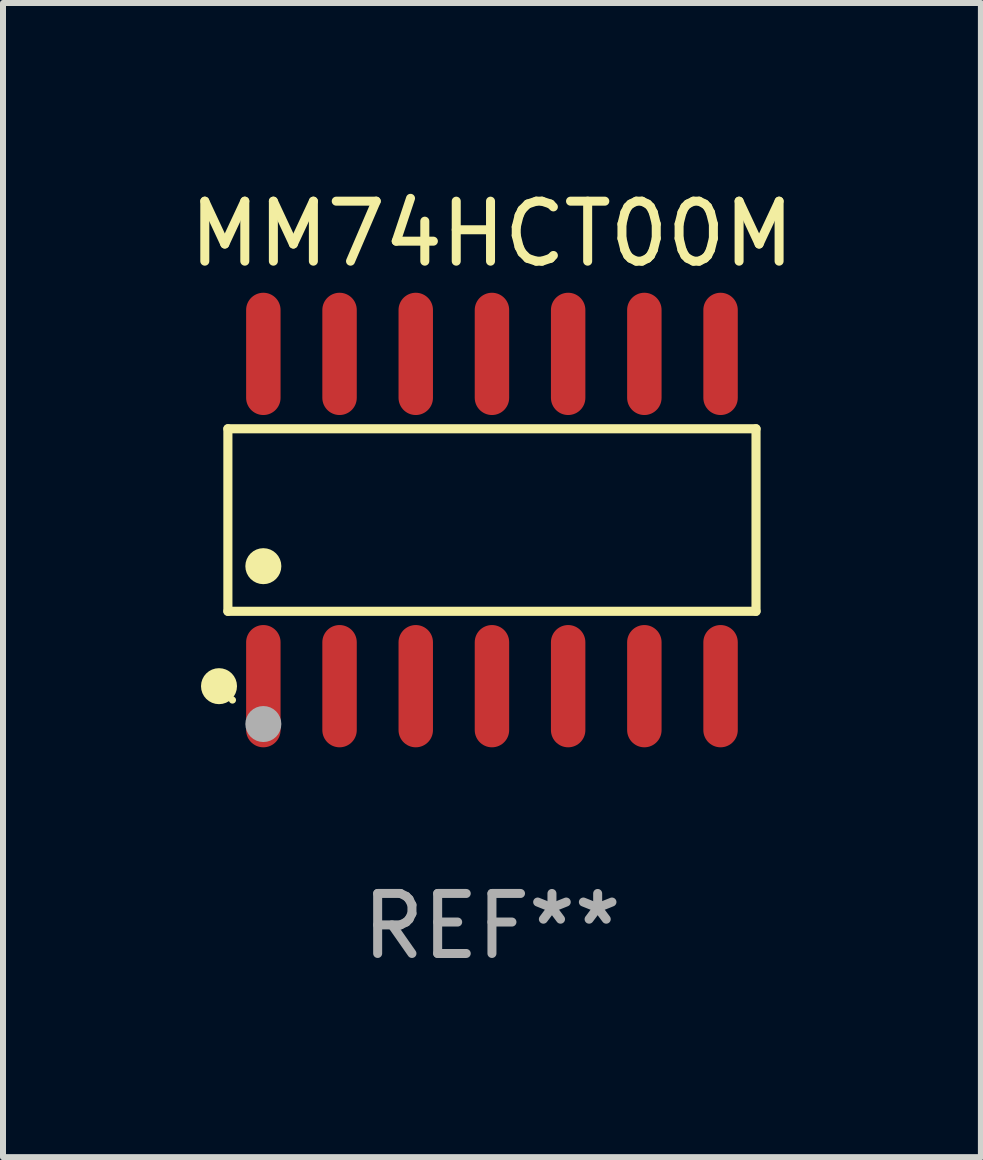
<source format=kicad_pcb>
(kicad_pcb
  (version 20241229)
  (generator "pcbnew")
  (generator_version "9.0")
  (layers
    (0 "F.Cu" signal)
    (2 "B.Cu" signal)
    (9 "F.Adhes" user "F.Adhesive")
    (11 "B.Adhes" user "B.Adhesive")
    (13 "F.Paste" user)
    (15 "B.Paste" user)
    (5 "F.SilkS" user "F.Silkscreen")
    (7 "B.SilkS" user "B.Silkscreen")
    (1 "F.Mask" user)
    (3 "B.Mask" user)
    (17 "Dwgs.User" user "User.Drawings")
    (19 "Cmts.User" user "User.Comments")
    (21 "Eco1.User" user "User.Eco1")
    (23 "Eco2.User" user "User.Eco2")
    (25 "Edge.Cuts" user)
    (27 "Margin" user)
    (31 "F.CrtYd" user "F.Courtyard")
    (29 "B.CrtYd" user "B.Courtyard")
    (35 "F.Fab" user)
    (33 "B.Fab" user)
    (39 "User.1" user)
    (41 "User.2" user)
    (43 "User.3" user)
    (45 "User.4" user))
  (footprint "MM74HCT00M"
    (layer "F.Cu")
    (at 5.149 5.617)
    (property "Reference" "MM74HCT00M" (at 0 -4.769 0) (layer "F.SilkS") (effects (font (size 1 1) (thickness 0.15))))
    (attr through_hole)
    (fp_line (start -4.401 -1.521) (end 4.401 -1.521) (stroke (width 0.152) (type solid)) (layer "F.SilkS"))
    (fp_line (start -4.401 1.521) (end -4.401 -1.521) (stroke (width 0.152) (type solid)) (layer "F.SilkS"))
    (fp_line (start 4.401 -1.521) (end 4.401 1.521) (stroke (width 0.152) (type solid)) (layer "F.SilkS"))
    (fp_line (start 4.401 1.521) (end -4.401 1.521) (stroke (width 0.152) (type solid)) (layer "F.SilkS"))
    (fp_circle (center -4.549 2.769) (end -4.399 2.769) (stroke (width 0.3) (type solid)) (fill no) (layer "F.SilkS"))
    (fp_circle (center -4.325 3) (end -4.295 3) (stroke (width 0.06) (type solid)) (fill no) (layer "F.SilkS"))
    (fp_circle (center -3.81 0.769) (end -3.66 0.769) (stroke (width 0.3) (type solid)) (fill no) (layer "F.SilkS"))
    (fp_circle (center -3.81 3.4) (end -3.66 3.4) (stroke (width 0.3) (type solid)) (fill no) (layer "F.Fab"))
    (fp_text user "REF**" (at 0 6.769 0) (layer "F.Fab") (effects (font (size 1 1) (thickness 0.15))))
    (pad "1" smd oval (at -3.81 2.769) (size 0.574 2.038) (layers "F.Cu" "F.Mask" "F.Paste"))
    (pad "2" smd oval (at -2.54 2.769) (size 0.574 2.038) (layers "F.Cu" "F.Mask" "F.Paste"))
    (pad "3" smd oval (at -1.27 2.769) (size 0.574 2.038) (layers "F.Cu" "F.Mask" "F.Paste"))
    (pad "4" smd oval (at 0 2.769) (size 0.574 2.038) (layers "F.Cu" "F.Mask" "F.Paste"))
    (pad "5" smd oval (at 1.27 2.769) (size 0.574 2.038) (layers "F.Cu" "F.Mask" "F.Paste"))
    (pad "6" smd oval (at 2.54 2.769) (size 0.574 2.038) (layers "F.Cu" "F.Mask" "F.Paste"))
    (pad "7" smd oval (at 3.81 2.769) (size 0.574 2.038) (layers "F.Cu" "F.Mask" "F.Paste"))
    (pad "8" smd oval (at 3.81 -2.769) (size 0.574 2.038) (layers "F.Cu" "F.Mask" "F.Paste"))
    (pad "9" smd oval (at 2.54 -2.769) (size 0.574 2.038) (layers "F.Cu" "F.Mask" "F.Paste"))
    (pad "10" smd oval (at 1.27 -2.769) (size 0.574 2.038) (layers "F.Cu" "F.Mask" "F.Paste"))
    (pad "11" smd oval (at 0 -2.769) (size 0.574 2.038) (layers "F.Cu" "F.Mask" "F.Paste"))
    (pad "12" smd oval (at -1.27 -2.769) (size 0.574 2.038) (layers "F.Cu" "F.Mask" "F.Paste"))
    (pad "13" smd oval (at -2.54 -2.769) (size 0.574 2.038) (layers "F.Cu" "F.Mask" "F.Paste"))
    (pad "14" smd oval (at -3.81 -2.769) (size 0.574 2.038) (layers "F.Cu" "F.Mask" "F.Paste")))
  (gr_rect
    (start -3 -3)
    (end 13.298 16.235)
    (stroke (width 0.1) (type default))
    (fill no)
    (layer "Edge.Cuts")))
</source>
